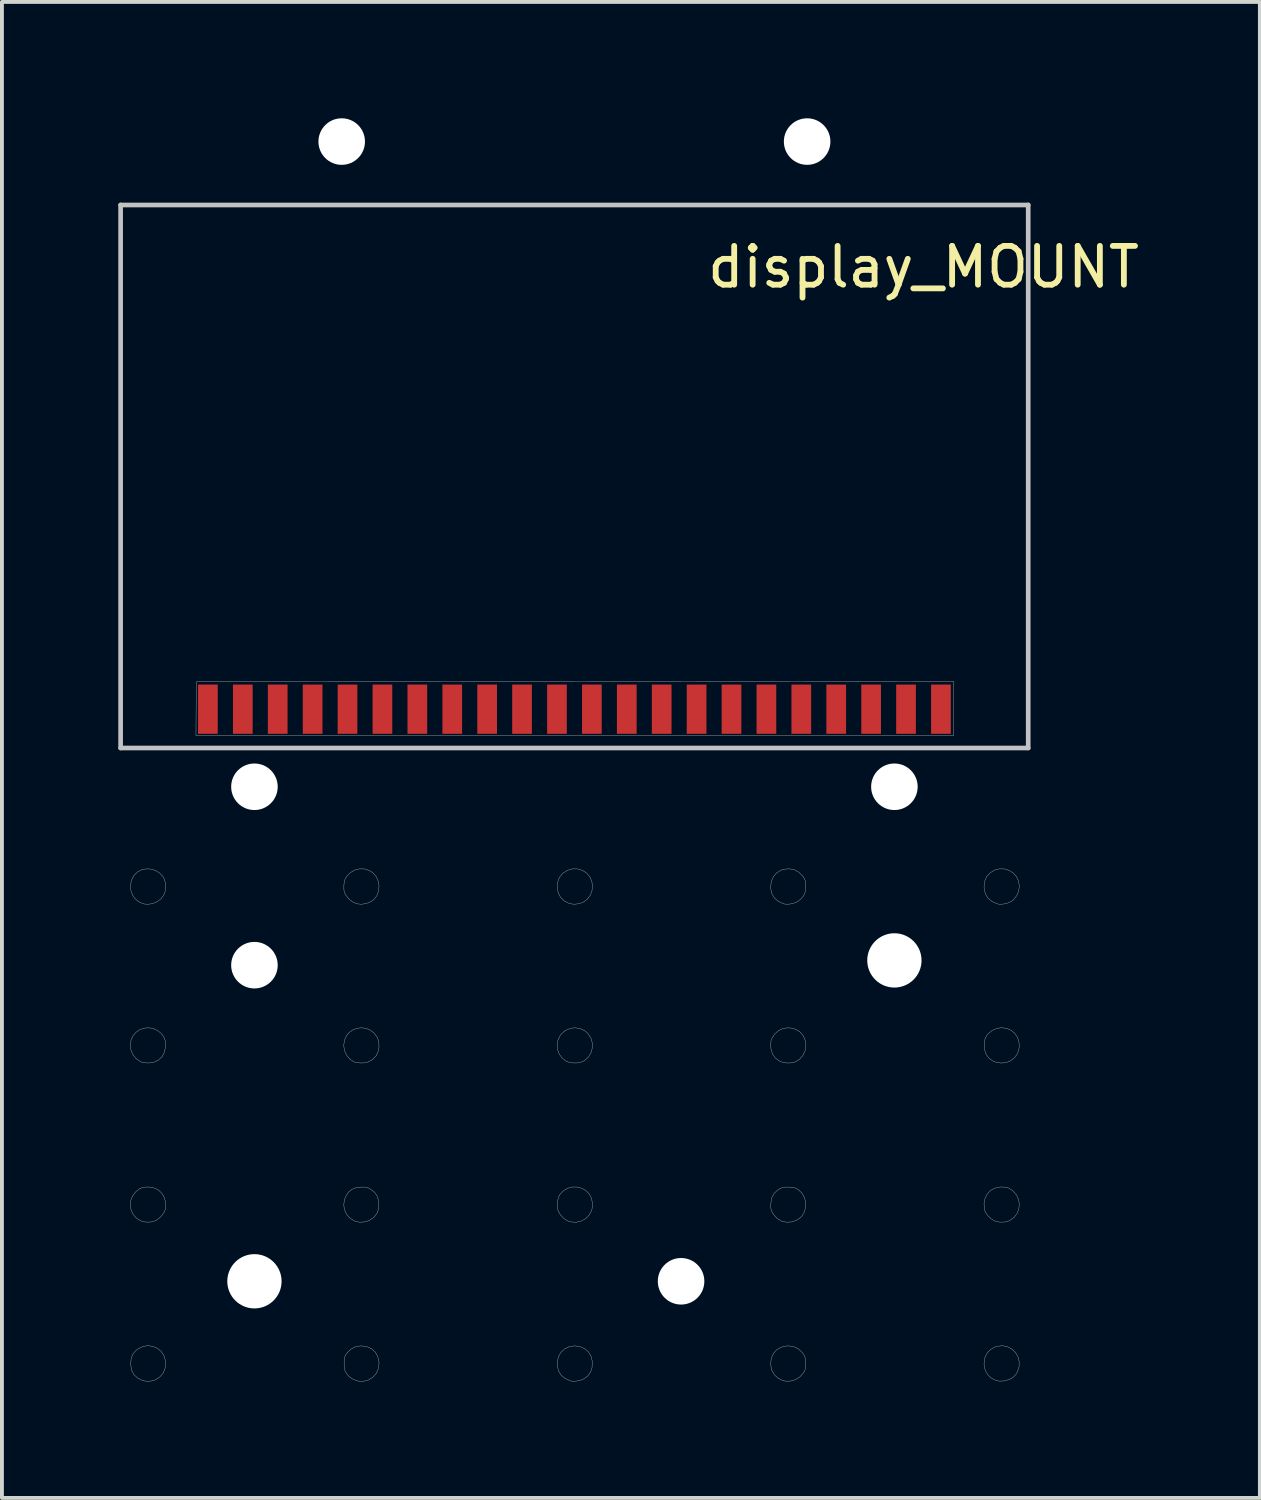
<source format=kicad_pcb>
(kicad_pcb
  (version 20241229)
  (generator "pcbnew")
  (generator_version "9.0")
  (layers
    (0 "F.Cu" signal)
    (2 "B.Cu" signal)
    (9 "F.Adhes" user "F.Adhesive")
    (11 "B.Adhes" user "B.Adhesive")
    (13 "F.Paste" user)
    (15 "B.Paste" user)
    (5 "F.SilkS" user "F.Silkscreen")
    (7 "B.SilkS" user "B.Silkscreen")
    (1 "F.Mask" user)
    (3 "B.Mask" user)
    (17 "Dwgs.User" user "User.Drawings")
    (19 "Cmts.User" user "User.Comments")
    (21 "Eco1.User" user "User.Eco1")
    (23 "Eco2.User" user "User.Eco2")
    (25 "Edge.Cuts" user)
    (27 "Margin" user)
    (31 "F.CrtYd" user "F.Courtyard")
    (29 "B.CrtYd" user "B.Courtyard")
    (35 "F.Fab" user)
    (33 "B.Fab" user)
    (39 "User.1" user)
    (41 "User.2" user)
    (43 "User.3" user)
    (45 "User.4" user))
  (footprint "display_MOUNT"
    (layer "F.Cu")
    (at 11.76 15.235)
    (property "Reference" "display_MOUNT" (at 9 -11.4 0) (layer "F.SilkS") (effects (font (size 1 1) (thickness 0.15))))
    (attr through_hole)
    (fp_line (start -11.7 -13) (end 11.7 -13) (stroke (width 0.12) (type solid)) (layer "Dwgs.User"))
    (fp_line (start -11.7 1) (end -11.7 -13) (stroke (width 0.12) (type solid)) (layer "Dwgs.User"))
    (fp_line (start 11.7 -13) (end 11.7 1) (stroke (width 0.12) (type solid)) (layer "Dwgs.User"))
    (fp_line (start 11.7 1) (end -11.7 1) (stroke (width 0.12) (type solid)) (layer "Dwgs.User"))
    (fp_poly (pts (xy 9.779 0.677) (xy -9.758 0.677) (xy -9.753 -0.016) (xy -9.747 -0.709) (xy 0.016 -0.714) (xy 9.779 -0.72) (xy 9.779 0.677)) (stroke (width 0.01) (type solid)) (fill no) (layer "F.Fab"))
    (fp_poly (pts (xy 0.08 4.118) (xy 0.207 4.156) (xy 0.313 4.224) (xy 0.397 4.321) (xy 0.448 4.436) (xy 0.466 4.559) (xy 0.453 4.682) (xy 0.408 4.798) (xy 0.334 4.898) (xy 0.239 4.97) (xy 0.127 5.013) (xy 0.007 5.029) (xy -0.105 5.017) (xy -0.132 5.009) (xy -0.262 4.943) (xy -0.356 4.854) (xy -0.415 4.742) (xy -0.441 4.612) (xy -0.434 4.467) (xy -0.391 4.345) (xy -0.312 4.242) (xy -0.293 4.225) (xy -0.178 4.153) (xy -0.051 4.117) (xy 0.08 4.118)) (stroke (width 0.01) (type solid)) (fill no) (layer "F.Fab"))
    (fp_poly (pts (xy 11.164 16.437) (xy 11.276 16.496) (xy 11.371 16.585) (xy 11.436 16.695) (xy 11.467 16.819) (xy 11.465 16.949) (xy 11.426 17.075) (xy 11.383 17.15) (xy 11.305 17.228) (xy 11.2 17.286) (xy 11.081 17.319) (xy 10.96 17.325) (xy 10.874 17.309) (xy 10.75 17.248) (xy 10.655 17.158) (xy 10.591 17.043) (xy 10.563 16.907) (xy 10.562 16.87) (xy 10.581 16.73) (xy 10.635 16.61) (xy 10.72 16.514) (xy 10.834 16.447) (xy 10.903 16.425) (xy 11.038 16.411) (xy 11.164 16.437)) (stroke (width 0.01) (type solid)) (fill no) (layer "F.Fab"))
    (fp_poly (pts (xy -10.915 4.123) (xy -10.797 4.16) (xy -10.693 4.225) (xy -10.608 4.318) (xy -10.583 4.362) (xy -10.551 4.46) (xy -10.54 4.575) (xy -10.551 4.689) (xy -10.581 4.779) (xy -10.659 4.887) (xy -10.763 4.967) (xy -10.886 5.016) (xy -11.017 5.031) (xy -11.11 5.018) (xy -11.23 4.968) (xy -11.326 4.888) (xy -11.396 4.787) (xy -11.437 4.67) (xy -11.447 4.545) (xy -11.424 4.42) (xy -11.366 4.3) (xy -11.352 4.281) (xy -11.263 4.194) (xy -11.155 4.14) (xy -11.037 4.116) (xy -10.915 4.123)) (stroke (width 0.01) (type solid)) (fill no) (layer "F.Fab"))
    (fp_poly (pts (xy -10.882 16.425) (xy -10.755 16.475) (xy -10.655 16.557) (xy -10.584 16.665) (xy -10.546 16.795) (xy -10.541 16.87) (xy -10.557 17.007) (xy -10.607 17.122) (xy -10.693 17.219) (xy -10.702 17.226) (xy -10.818 17.296) (xy -10.946 17.328) (xy -11.078 17.322) (xy -11.139 17.305) (xy -11.266 17.242) (xy -11.358 17.155) (xy -11.416 17.043) (xy -11.44 16.905) (xy -11.441 16.87) (xy -11.427 16.735) (xy -11.384 16.627) (xy -11.308 16.537) (xy -11.254 16.496) (xy -11.13 16.433) (xy -11.003 16.41) (xy -10.882 16.425)) (stroke (width 0.01) (type solid)) (fill no) (layer "F.Fab"))
    (fp_poly (pts (xy 0.146 8.234) (xy 0.268 8.291) (xy 0.352 8.366) (xy 0.425 8.479) (xy 0.461 8.603) (xy 0.462 8.731) (xy 0.429 8.855) (xy 0.363 8.966) (xy 0.264 9.057) (xy 0.261 9.059) (xy 0.167 9.102) (xy 0.051 9.122) (xy -0.069 9.118) (xy -0.178 9.091) (xy -0.209 9.077) (xy -0.314 8.998) (xy -0.389 8.896) (xy -0.434 8.779) (xy -0.445 8.654) (xy -0.423 8.528) (xy -0.366 8.411) (xy -0.331 8.366) (xy -0.228 8.279) (xy -0.104 8.228) (xy 0.011 8.214) (xy 0.146 8.234)) (stroke (width 0.01) (type solid)) (fill no) (layer "F.Fab"))
    (fp_poly (pts (xy 0.148 16.434) (xy 0.267 16.488) (xy 0.362 16.571) (xy 0.428 16.681) (xy 0.46 16.811) (xy 0.461 16.825) (xy 0.455 16.973) (xy 0.413 17.097) (xy 0.337 17.199) (xy 0.229 17.274) (xy 0.139 17.307) (xy 0.038 17.325) (xy -0.057 17.326) (xy -0.106 17.317) (xy -0.242 17.255) (xy -0.344 17.169) (xy -0.409 17.061) (xy -0.44 16.929) (xy -0.44 16.825) (xy -0.411 16.693) (xy -0.348 16.581) (xy -0.256 16.495) (xy -0.139 16.438) (xy -0.004 16.416) (xy 0.011 16.415) (xy 0.148 16.434)) (stroke (width 0.01) (type solid)) (fill no) (layer "F.Fab"))
    (fp_poly (pts (xy 11.083 4.118) (xy 11.202 4.153) (xy 11.308 4.218) (xy 11.394 4.312) (xy 11.448 4.422) (xy 11.47 4.548) (xy 11.457 4.676) (xy 11.411 4.796) (xy 11.336 4.897) (xy 11.261 4.957) (xy 11.167 4.999) (xy 11.062 5.024) (xy 10.962 5.029) (xy 10.901 5.019) (xy 10.764 4.957) (xy 10.663 4.872) (xy 10.596 4.763) (xy 10.565 4.63) (xy 10.562 4.572) (xy 10.578 4.435) (xy 10.628 4.321) (xy 10.714 4.224) (xy 10.723 4.216) (xy 10.837 4.147) (xy 10.959 4.116) (xy 11.083 4.118)) (stroke (width 0.01) (type solid)) (fill no) (layer "F.Fab"))
    (fp_poly (pts (xy -10.856 8.234) (xy -10.741 8.289) (xy -10.653 8.361) (xy -10.589 8.444) (xy -10.553 8.539) (xy -10.543 8.656) (xy -10.545 8.712) (xy -10.572 8.848) (xy -10.633 8.961) (xy -10.723 9.046) (xy -10.84 9.101) (xy -10.979 9.122) (xy -10.994 9.122) (xy -11.084 9.115) (xy -11.16 9.099) (xy -11.187 9.088) (xy -11.304 9.005) (xy -11.389 8.898) (xy -11.438 8.773) (xy -11.45 8.668) (xy -11.432 8.535) (xy -11.381 8.422) (xy -11.304 8.331) (xy -11.207 8.264) (xy -11.096 8.224) (xy -10.977 8.214) (xy -10.856 8.234)) (stroke (width 0.01) (type solid)) (fill no) (layer "F.Fab"))
    (fp_poly (pts (xy 11.146 8.23) (xy 11.258 8.279) (xy 11.348 8.353) (xy 11.415 8.446) (xy 11.456 8.553) (xy 11.471 8.666) (xy 11.458 8.781) (xy 11.416 8.891) (xy 11.342 8.989) (xy 11.237 9.07) (xy 11.214 9.082) (xy 11.109 9.116) (xy 10.988 9.123) (xy 10.868 9.103) (xy 10.793 9.074) (xy 10.685 8.995) (xy 10.611 8.891) (xy 10.572 8.763) (xy 10.566 8.712) (xy 10.568 8.583) (xy 10.593 8.481) (xy 10.644 8.394) (xy 10.674 8.361) (xy 10.784 8.276) (xy 10.911 8.225) (xy 11.013 8.213) (xy 11.146 8.23)) (stroke (width 0.01) (type solid)) (fill no) (layer "F.Fab"))
    (fp_poly (pts (xy -5.363 12.329) (xy -5.306 12.349) (xy -5.271 12.367) (xy -5.162 12.445) (xy -5.089 12.546) (xy -5.049 12.672) (xy -5.041 12.74) (xy -5.047 12.873) (xy -5.083 12.983) (xy -5.153 13.081) (xy -5.179 13.106) (xy -5.285 13.18) (xy -5.409 13.22) (xy -5.54 13.227) (xy -5.666 13.197) (xy -5.683 13.189) (xy -5.797 13.115) (xy -5.88 13.016) (xy -5.931 12.899) (xy -5.947 12.771) (xy -5.926 12.638) (xy -5.894 12.558) (xy -5.824 12.451) (xy -5.736 12.378) (xy -5.625 12.336) (xy -5.516 12.323) (xy -5.427 12.321) (xy -5.363 12.329)) (stroke (width 0.01) (type solid)) (fill no) (layer "F.Fab"))
    (fp_poly (pts (xy 0.078 12.321) (xy 0.199 12.355) (xy 0.308 12.421) (xy 0.387 12.504) (xy 0.438 12.606) (xy 0.463 12.727) (xy 0.461 12.851) (xy 0.445 12.922) (xy 0.386 13.036) (xy 0.296 13.129) (xy 0.183 13.194) (xy 0.056 13.226) (xy 0.011 13.228) (xy -0.073 13.22) (xy -0.156 13.199) (xy -0.18 13.19) (xy -0.276 13.127) (xy -0.359 13.039) (xy -0.417 12.94) (xy -0.423 12.922) (xy -0.444 12.807) (xy -0.436 12.685) (xy -0.404 12.57) (xy -0.369 12.506) (xy -0.279 12.411) (xy -0.169 12.349) (xy -0.047 12.319) (xy 0.078 12.321)) (stroke (width 0.01) (type solid)) (fill no) (layer "F.Fab"))
    (fp_poly (pts (xy 5.606 8.223) (xy 5.715 8.258) (xy 5.811 8.319) (xy 5.889 8.404) (xy 5.943 8.512) (xy 5.967 8.641) (xy 5.968 8.668) (xy 5.948 8.803) (xy 5.892 8.924) (xy 5.805 9.025) (xy 5.706 9.089) (xy 5.607 9.117) (xy 5.491 9.123) (xy 5.375 9.105) (xy 5.29 9.074) (xy 5.182 8.996) (xy 5.109 8.895) (xy 5.07 8.768) (xy 5.063 8.702) (xy 5.061 8.61) (xy 5.071 8.542) (xy 5.094 8.482) (xy 5.097 8.475) (xy 5.174 8.363) (xy 5.27 8.283) (xy 5.378 8.234) (xy 5.492 8.215) (xy 5.606 8.223)) (stroke (width 0.01) (type solid)) (fill no) (layer "F.Fab"))
    (fp_poly (pts (xy -10.851 12.338) (xy -10.735 12.391) (xy -10.643 12.473) (xy -10.578 12.581) (xy -10.543 12.709) (xy -10.543 12.853) (xy -10.549 12.897) (xy -10.579 12.971) (xy -10.636 13.052) (xy -10.71 13.126) (xy -10.788 13.181) (xy -10.804 13.189) (xy -10.918 13.221) (xy -11.042 13.225) (xy -11.16 13.2) (xy -11.187 13.189) (xy -11.299 13.116) (xy -11.381 13.02) (xy -11.432 12.907) (xy -11.451 12.785) (xy -11.437 12.662) (xy -11.389 12.545) (xy -11.307 12.441) (xy -11.293 12.429) (xy -11.218 12.37) (xy -11.148 12.336) (xy -11.065 12.322) (xy -10.987 12.319) (xy -10.851 12.338)) (stroke (width 0.01) (type solid)) (fill no) (layer "F.Fab"))
    (fp_poly (pts (xy -5.414 4.119) (xy -5.29 4.158) (xy -5.197 4.217) (xy -5.114 4.311) (xy -5.061 4.426) (xy -5.038 4.551) (xy -5.047 4.678) (xy -5.087 4.796) (xy -5.15 4.886) (xy -5.245 4.96) (xy -5.363 5.009) (xy -5.49 5.029) (xy -5.607 5.018) (xy -5.71 4.973) (xy -5.808 4.9) (xy -5.885 4.809) (xy -5.9 4.784) (xy -5.929 4.721) (xy -5.943 4.66) (xy -5.945 4.583) (xy -5.944 4.546) (xy -5.935 4.457) (xy -5.917 4.392) (xy -5.884 4.331) (xy -5.872 4.314) (xy -5.779 4.215) (xy -5.667 4.149) (xy -5.542 4.117) (xy -5.414 4.119)) (stroke (width 0.01) (type solid)) (fill no) (layer "F.Fab"))
    (fp_poly (pts (xy -5.378 8.228) (xy -5.268 8.272) (xy -5.17 8.346) (xy -5.089 8.452) (xy -5.076 8.475) (xy -5.043 8.58) (xy -5.038 8.7) (xy -5.059 8.82) (xy -5.105 8.924) (xy -5.112 8.935) (xy -5.205 9.033) (xy -5.321 9.096) (xy -5.457 9.121) (xy -5.491 9.122) (xy -5.572 9.117) (xy -5.646 9.105) (xy -5.683 9.093) (xy -5.785 9.026) (xy -5.867 8.93) (xy -5.923 8.813) (xy -5.947 8.685) (xy -5.947 8.668) (xy -5.929 8.535) (xy -5.88 8.423) (xy -5.806 8.333) (xy -5.713 8.268) (xy -5.606 8.228) (xy -5.492 8.214) (xy -5.378 8.228)) (stroke (width 0.01) (type solid)) (fill no) (layer "F.Fab"))
    (fp_poly (pts (xy 11.111 12.324) (xy 11.189 12.344) (xy 11.259 12.384) (xy 11.315 12.429) (xy 11.401 12.53) (xy 11.453 12.646) (xy 11.471 12.768) (xy 11.457 12.89) (xy 11.411 13.004) (xy 11.334 13.103) (xy 11.229 13.179) (xy 11.193 13.196) (xy 11.08 13.224) (xy 10.957 13.224) (xy 10.842 13.196) (xy 10.827 13.19) (xy 10.743 13.138) (xy 10.666 13.065) (xy 10.605 12.984) (xy 10.572 12.906) (xy 10.571 12.901) (xy 10.561 12.752) (xy 10.585 12.618) (xy 10.641 12.503) (xy 10.725 12.412) (xy 10.835 12.35) (xy 10.965 12.321) (xy 11.009 12.319) (xy 11.111 12.324)) (stroke (width 0.01) (type solid)) (fill no) (layer "F.Fab"))
    (fp_poly (pts (xy 5.653 16.434) (xy 5.773 16.491) (xy 5.873 16.585) (xy 5.894 16.612) (xy 5.927 16.664) (xy 5.947 16.71) (xy 5.956 16.766) (xy 5.958 16.845) (xy 5.958 16.87) (xy 5.957 16.958) (xy 5.95 17.018) (xy 5.933 17.065) (xy 5.903 17.114) (xy 5.894 17.127) (xy 5.803 17.223) (xy 5.69 17.29) (xy 5.564 17.324) (xy 5.435 17.324) (xy 5.371 17.309) (xy 5.249 17.248) (xy 5.153 17.158) (xy 5.09 17.043) (xy 5.061 16.909) (xy 5.059 16.874) (xy 5.077 16.732) (xy 5.13 16.612) (xy 5.213 16.517) (xy 5.324 16.452) (xy 5.458 16.419) (xy 5.514 16.416) (xy 5.653 16.434)) (stroke (width 0.01) (type solid)) (fill no) (layer "F.Fab"))
    (fp_poly (pts (xy -5.351 16.435) (xy -5.231 16.489) (xy -5.137 16.573) (xy -5.072 16.684) (xy -5.041 16.818) (xy -5.038 16.874) (xy -5.058 17.009) (xy -5.112 17.128) (xy -5.196 17.224) (xy -5.305 17.292) (xy -5.367 17.312) (xy -5.462 17.331) (xy -5.54 17.33) (xy -5.621 17.31) (xy -5.635 17.305) (xy -5.741 17.258) (xy -5.82 17.196) (xy -5.879 17.12) (xy -5.91 17.068) (xy -5.927 17.018) (xy -5.935 16.956) (xy -5.937 16.868) (xy -5.936 16.781) (xy -5.928 16.721) (xy -5.911 16.673) (xy -5.881 16.624) (xy -5.873 16.612) (xy -5.777 16.51) (xy -5.662 16.445) (xy -5.528 16.417) (xy -5.493 16.416) (xy -5.351 16.435)) (stroke (width 0.01) (type solid)) (fill no) (layer "F.Fab"))
    (fp_poly (pts (xy 5.537 12.323) (xy 5.628 12.33) (xy 5.693 12.346) (xy 5.75 12.374) (xy 5.775 12.39) (xy 5.868 12.479) (xy 5.93 12.589) (xy 5.962 12.711) (xy 5.962 12.838) (xy 5.93 12.959) (xy 5.865 13.068) (xy 5.829 13.106) (xy 5.724 13.178) (xy 5.6 13.219) (xy 5.471 13.228) (xy 5.347 13.201) (xy 5.334 13.195) (xy 5.223 13.126) (xy 5.131 13.024) (xy 5.097 12.966) (xy 5.072 12.906) (xy 5.061 12.84) (xy 5.062 12.751) (xy 5.063 12.74) (xy 5.087 12.601) (xy 5.145 12.489) (xy 5.237 12.4) (xy 5.292 12.367) (xy 5.352 12.338) (xy 5.411 12.324) (xy 5.484 12.321) (xy 5.537 12.323)) (stroke (width 0.01) (type solid)) (fill no) (layer "F.Fab"))
    (fp_poly (pts (xy 5.671 4.141) (xy 5.789 4.205) (xy 5.887 4.305) (xy 5.894 4.315) (xy 5.927 4.366) (xy 5.947 4.413) (xy 5.956 4.469) (xy 5.958 4.55) (xy 5.958 4.57) (xy 5.956 4.659) (xy 5.948 4.721) (xy 5.93 4.771) (xy 5.901 4.821) (xy 5.844 4.888) (xy 5.774 4.947) (xy 5.753 4.961) (xy 5.663 4.999) (xy 5.561 5.023) (xy 5.463 5.029) (xy 5.397 5.019) (xy 5.261 4.957) (xy 5.16 4.871) (xy 5.093 4.761) (xy 5.062 4.627) (xy 5.059 4.567) (xy 5.079 4.431) (xy 5.134 4.312) (xy 5.22 4.216) (xy 5.333 4.148) (xy 5.4 4.127) (xy 5.539 4.114) (xy 5.671 4.141)) (stroke (width 0.01) (type solid)) (fill no) (layer "F.Fab"))
    (pad "" np_thru_hole circle (at -8.25 2) (size 1.2 1.2) (drill 1.2) (layers "*.Cu" "*.Mask"))
    (pad "" np_thru_hole circle (at -8.25 6.6) (size 1.2 1.2) (drill 1.2) (layers "*.Cu" "*.Mask"))
    (pad "" np_thru_hole circle (at -8.25 14.75) (size 1.4 1.4) (drill 1.4) (layers "*.Cu" "*.Mask"))
    (pad "" np_thru_hole circle (at -6 -14.635) (size 1.2 1.2) (drill 1.2) (layers "*.Cu" "*.Mask"))
    (pad "" np_thru_hole circle (at 2.75 14.75) (size 1.2 1.2) (drill 1.2) (layers "*.Cu" "*.Mask"))
    (pad "" np_thru_hole circle (at 6 -14.635) (size 1.2 1.2) (drill 1.2) (layers "*.Cu" "*.Mask"))
    (pad "" np_thru_hole circle (at 8.25 2) (size 1.2 1.2) (drill 1.2) (layers "*.Cu" "*.Mask"))
    (pad "" np_thru_hole circle (at 8.25 6.477) (size 1.4 1.4) (drill 1.4) (layers "*.Cu" "*.Mask"))
    (pad "1" smd rect (at -9.45 0) (size 0.508 1.27) (layers "F.Cu" "F.Mask"))
    (pad "2" smd rect (at -8.55 0) (size 0.508 1.27) (layers "F.Cu" "F.Mask"))
    (pad "3" smd rect (at -7.65 0) (size 0.508 1.27) (layers "F.Cu" "F.Mask"))
    (pad "4" smd rect (at -6.75 0) (size 0.508 1.27) (layers "F.Cu" "F.Mask"))
    (pad "5" smd rect (at -5.85 0) (size 0.508 1.27) (layers "F.Cu" "F.Mask"))
    (pad "6" smd rect (at -4.95 0) (size 0.508 1.27) (layers "F.Cu" "F.Mask"))
    (pad "7" smd rect (at -4.05 0) (size 0.508 1.27) (layers "F.Cu" "F.Mask"))
    (pad "8" smd rect (at -3.15 0) (size 0.508 1.27) (layers "F.Cu" "F.Mask"))
    (pad "9" smd rect (at -2.25 0) (size 0.508 1.27) (layers "F.Cu" "F.Mask"))
    (pad "10" smd rect (at -1.35 0) (size 0.508 1.27) (layers "F.Cu" "F.Mask"))
    (pad "11" smd rect (at -0.45 0) (size 0.508 1.27) (layers "F.Cu" "F.Mask"))
    (pad "12" smd rect (at 0.45 0) (size 0.508 1.27) (layers "F.Cu" "F.Mask"))
    (pad "13" smd rect (at 1.35 0) (size 0.508 1.27) (layers "F.Cu" "F.Mask"))
    (pad "14" smd rect (at 2.25 0) (size 0.508 1.27) (layers "F.Cu" "F.Mask"))
    (pad "15" smd rect (at 3.15 0) (size 0.508 1.27) (layers "F.Cu" "F.Mask"))
    (pad "16" smd rect (at 4.05 0) (size 0.508 1.27) (layers "F.Cu" "F.Mask"))
    (pad "17" smd rect (at 4.95 0) (size 0.508 1.27) (layers "F.Cu" "F.Mask"))
    (pad "18" smd rect (at 5.85 0) (size 0.508 1.27) (layers "F.Cu" "F.Mask"))
    (pad "19" smd rect (at 6.75 0) (size 0.508 1.27) (layers "F.Cu" "F.Mask"))
    (pad "20" smd rect (at 7.65 0) (size 0.508 1.27) (layers "F.Cu" "F.Mask"))
    (pad "21" smd rect (at 8.55 0) (size 0.508 1.27) (layers "F.Cu" "F.Mask"))
    (pad "22" smd rect (at 9.45 0) (size 0.508 1.27) (layers "F.Cu" "F.Mask")))
  (gr_rect
    (start -3 -3)
    (end 29.433 35.571)
    (stroke (width 0.1) (type default))
    (fill no)
    (layer "Edge.Cuts")))
</source>
